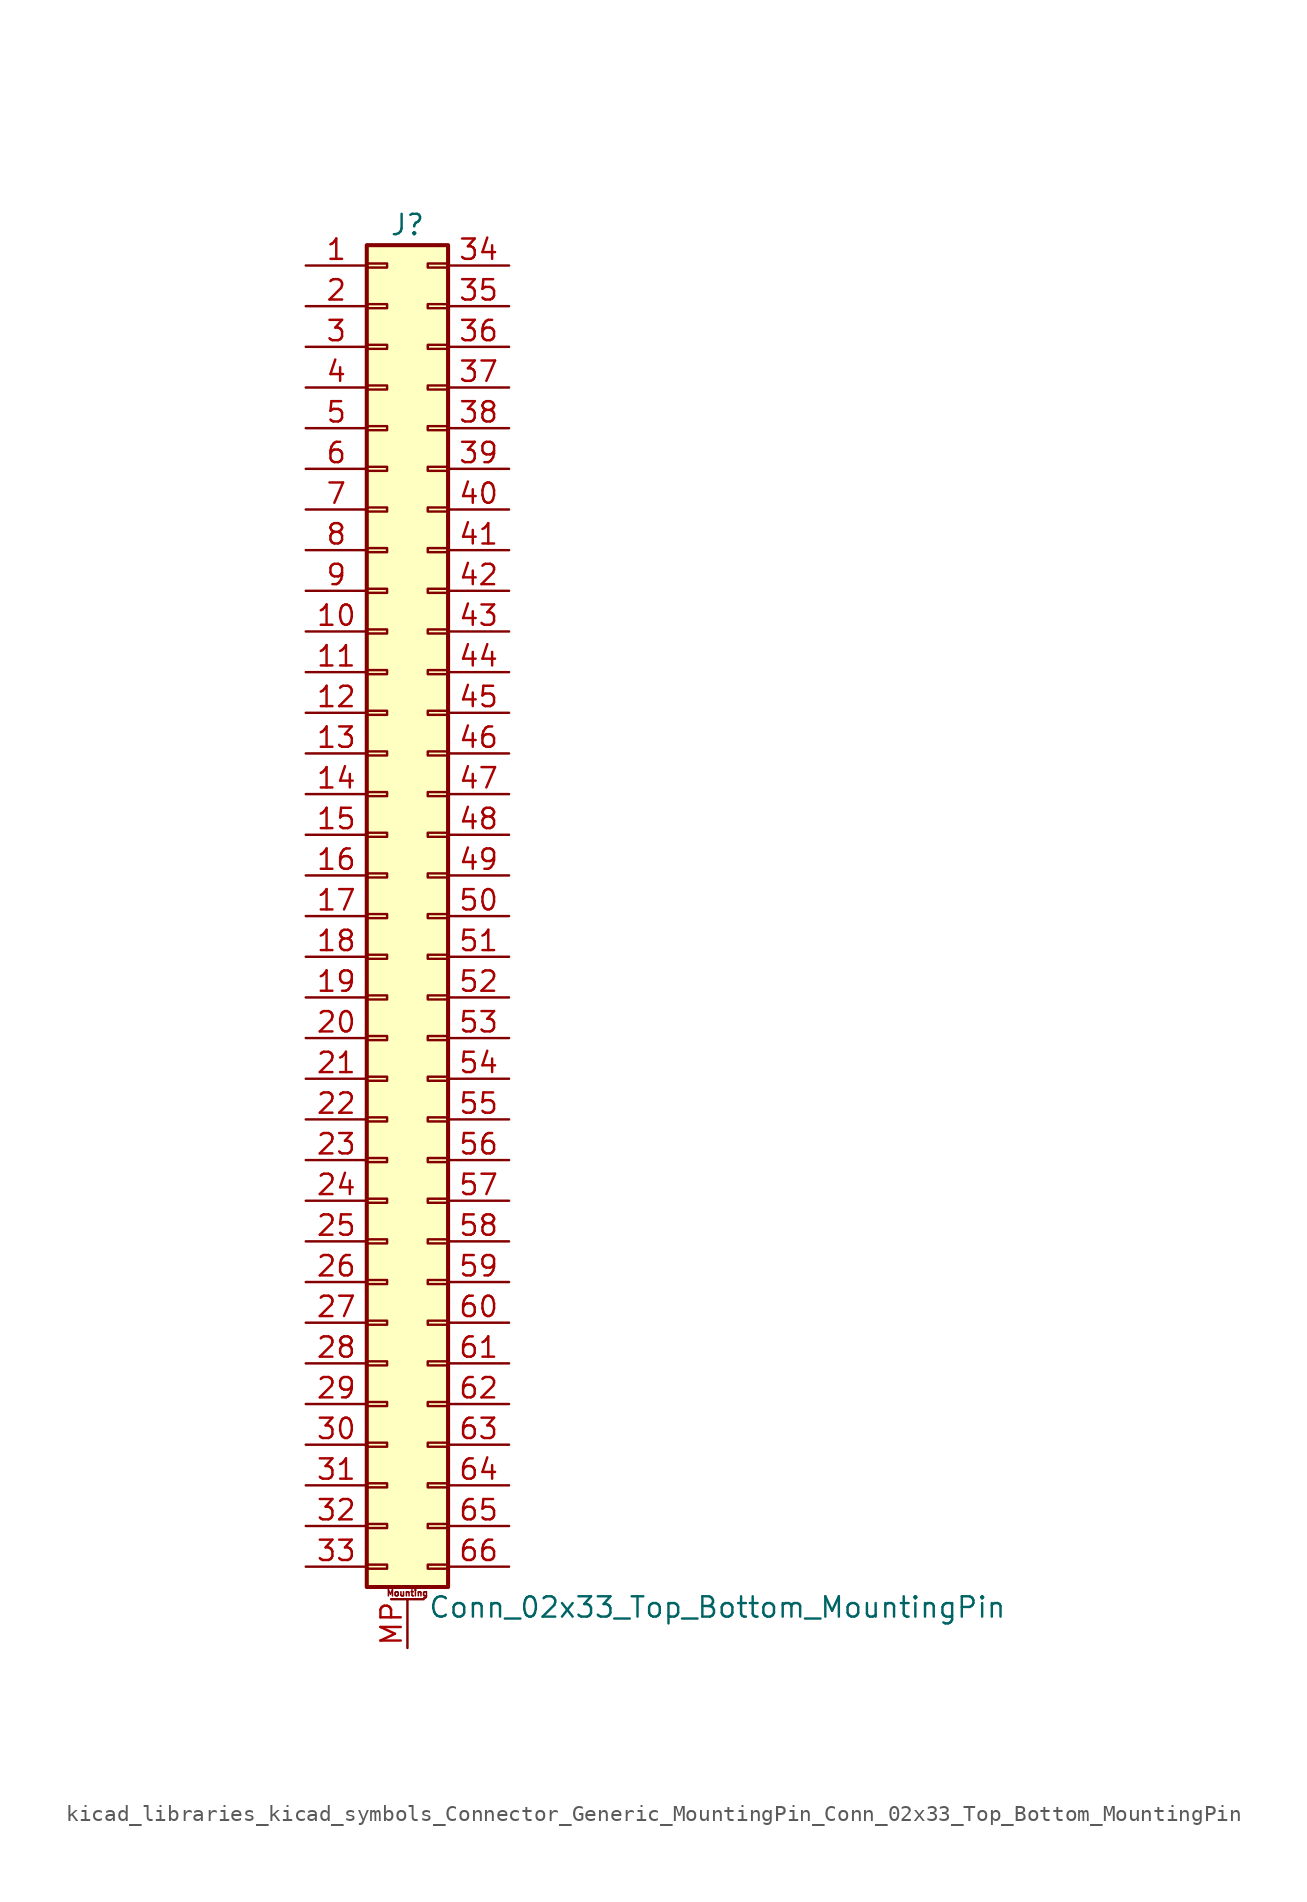
<source format=kicad_sym>
(kicad_symbol_lib
  (version 20220914)
  (generator kicad_symbol_editor)
  (symbol "kicad_libraries_kicad_symbols_Connector_Generic_MountingPin_Conn_02x33_Top_Bottom_MountingPin"
    (pin_names
      (offset 1.016) hide)
    (property "Reference" "J"
      (at 1.27 43.18 0)
      (effects (font (size 1.27 1.27))))
    (property "Value" "Conn_02x33_Top_Bottom_MountingPin"
      (at 2.54 -43.18 0)
      (effects (font (size 1.27 1.27)) (justify left)))
    (symbol "kicad_libraries_kicad_symbols_Connector_Generic_MountingPin_Conn_02x33_Top_Bottom_MountingPin_1_1"
      (rectangle (start -1.27 -40.513) (end 0 -40.767) (stroke (width 0.152) (type default)) (fill (type none)))
      (rectangle (start -1.27 -37.973) (end 0 -38.227) (stroke (width 0.152) (type default)) (fill (type none)))
      (rectangle (start -1.27 -35.433) (end 0 -35.687) (stroke (width 0.152) (type default)) (fill (type none)))
      (rectangle (start -1.27 -32.893) (end 0 -33.147) (stroke (width 0.152) (type default)) (fill (type none)))
      (rectangle (start -1.27 -30.353) (end 0 -30.607) (stroke (width 0.152) (type default)) (fill (type none)))
      (rectangle (start -1.27 -27.813) (end 0 -28.067) (stroke (width 0.152) (type default)) (fill (type none)))
      (rectangle (start -1.27 -25.273) (end 0 -25.527) (stroke (width 0.152) (type default)) (fill (type none)))
      (rectangle (start -1.27 -22.733) (end 0 -22.987) (stroke (width 0.152) (type default)) (fill (type none)))
      (rectangle (start -1.27 -20.193) (end 0 -20.447) (stroke (width 0.152) (type default)) (fill (type none)))
      (rectangle (start -1.27 -17.653) (end 0 -17.907) (stroke (width 0.152) (type default)) (fill (type none)))
      (rectangle (start -1.27 -15.113) (end 0 -15.367) (stroke (width 0.152) (type default)) (fill (type none)))
      (rectangle (start -1.27 -12.573) (end 0 -12.827) (stroke (width 0.152) (type default)) (fill (type none)))
      (rectangle (start -1.27 -10.033) (end 0 -10.287) (stroke (width 0.152) (type default)) (fill (type none)))
      (rectangle (start -1.27 -7.493) (end 0 -7.747) (stroke (width 0.152) (type default)) (fill (type none)))
      (rectangle (start -1.27 -4.953) (end 0 -5.207) (stroke (width 0.152) (type default)) (fill (type none)))
      (rectangle (start -1.27 -2.413) (end 0 -2.667) (stroke (width 0.152) (type default)) (fill (type none)))
      (rectangle (start -1.27 0.127) (end 0 -0.127) (stroke (width 0.152) (type default)) (fill (type none)))
      (rectangle (start -1.27 2.667) (end 0 2.413) (stroke (width 0.152) (type default)) (fill (type none)))
      (rectangle (start -1.27 5.207) (end 0 4.953) (stroke (width 0.152) (type default)) (fill (type none)))
      (rectangle (start -1.27 7.747) (end 0 7.493) (stroke (width 0.152) (type default)) (fill (type none)))
      (rectangle (start -1.27 10.287) (end 0 10.033) (stroke (width 0.152) (type default)) (fill (type none)))
      (rectangle (start -1.27 12.827) (end 0 12.573) (stroke (width 0.152) (type default)) (fill (type none)))
      (rectangle (start -1.27 15.367) (end 0 15.113) (stroke (width 0.152) (type default)) (fill (type none)))
      (rectangle (start -1.27 17.907) (end 0 17.653) (stroke (width 0.152) (type default)) (fill (type none)))
      (rectangle (start -1.27 20.447) (end 0 20.193) (stroke (width 0.152) (type default)) (fill (type none)))
      (rectangle (start -1.27 22.987) (end 0 22.733) (stroke (width 0.152) (type default)) (fill (type none)))
      (rectangle (start -1.27 25.527) (end 0 25.273) (stroke (width 0.152) (type default)) (fill (type none)))
      (rectangle (start -1.27 28.067) (end 0 27.813) (stroke (width 0.152) (type default)) (fill (type none)))
      (rectangle (start -1.27 30.607) (end 0 30.353) (stroke (width 0.152) (type default)) (fill (type none)))
      (rectangle (start -1.27 33.147) (end 0 32.893) (stroke (width 0.152) (type default)) (fill (type none)))
      (rectangle (start -1.27 35.687) (end 0 35.433) (stroke (width 0.152) (type default)) (fill (type none)))
      (rectangle (start -1.27 38.227) (end 0 37.973) (stroke (width 0.152) (type default)) (fill (type none)))
      (rectangle (start -1.27 40.767) (end 0 40.513) (stroke (width 0.152) (type default)) (fill (type none)))
      (rectangle (start -1.27 41.91) (end 3.81 -41.91) (stroke (width 0.254) (type default)) (fill (type background)))
      (polyline (pts (xy 0.254 -42.672) (xy 2.286 -42.672)) (stroke (width 0.152) (type default)) (fill (type none)))
      (rectangle (start 3.81 -40.513) (end 2.54 -40.767) (stroke (width 0.152) (type default)) (fill (type none)))
      (rectangle (start 3.81 -37.973) (end 2.54 -38.227) (stroke (width 0.152) (type default)) (fill (type none)))
      (rectangle (start 3.81 -35.433) (end 2.54 -35.687) (stroke (width 0.152) (type default)) (fill (type none)))
      (rectangle (start 3.81 -32.893) (end 2.54 -33.147) (stroke (width 0.152) (type default)) (fill (type none)))
      (rectangle (start 3.81 -30.353) (end 2.54 -30.607) (stroke (width 0.152) (type default)) (fill (type none)))
      (rectangle (start 3.81 -27.813) (end 2.54 -28.067) (stroke (width 0.152) (type default)) (fill (type none)))
      (rectangle (start 3.81 -25.273) (end 2.54 -25.527) (stroke (width 0.152) (type default)) (fill (type none)))
      (rectangle (start 3.81 -22.733) (end 2.54 -22.987) (stroke (width 0.152) (type default)) (fill (type none)))
      (rectangle (start 3.81 -20.193) (end 2.54 -20.447) (stroke (width 0.152) (type default)) (fill (type none)))
      (rectangle (start 3.81 -17.653) (end 2.54 -17.907) (stroke (width 0.152) (type default)) (fill (type none)))
      (rectangle (start 3.81 -15.113) (end 2.54 -15.367) (stroke (width 0.152) (type default)) (fill (type none)))
      (rectangle (start 3.81 -12.573) (end 2.54 -12.827) (stroke (width 0.152) (type default)) (fill (type none)))
      (rectangle (start 3.81 -10.033) (end 2.54 -10.287) (stroke (width 0.152) (type default)) (fill (type none)))
      (rectangle (start 3.81 -7.493) (end 2.54 -7.747) (stroke (width 0.152) (type default)) (fill (type none)))
      (rectangle (start 3.81 -4.953) (end 2.54 -5.207) (stroke (width 0.152) (type default)) (fill (type none)))
      (rectangle (start 3.81 -2.413) (end 2.54 -2.667) (stroke (width 0.152) (type default)) (fill (type none)))
      (rectangle (start 3.81 0.127) (end 2.54 -0.127) (stroke (width 0.152) (type default)) (fill (type none)))
      (rectangle (start 3.81 2.667) (end 2.54 2.413) (stroke (width 0.152) (type default)) (fill (type none)))
      (rectangle (start 3.81 5.207) (end 2.54 4.953) (stroke (width 0.152) (type default)) (fill (type none)))
      (rectangle (start 3.81 7.747) (end 2.54 7.493) (stroke (width 0.152) (type default)) (fill (type none)))
      (rectangle (start 3.81 10.287) (end 2.54 10.033) (stroke (width 0.152) (type default)) (fill (type none)))
      (rectangle (start 3.81 12.827) (end 2.54 12.573) (stroke (width 0.152) (type default)) (fill (type none)))
      (rectangle (start 3.81 15.367) (end 2.54 15.113) (stroke (width 0.152) (type default)) (fill (type none)))
      (rectangle (start 3.81 17.907) (end 2.54 17.653) (stroke (width 0.152) (type default)) (fill (type none)))
      (rectangle (start 3.81 20.447) (end 2.54 20.193) (stroke (width 0.152) (type default)) (fill (type none)))
      (rectangle (start 3.81 22.987) (end 2.54 22.733) (stroke (width 0.152) (type default)) (fill (type none)))
      (rectangle (start 3.81 25.527) (end 2.54 25.273) (stroke (width 0.152) (type default)) (fill (type none)))
      (rectangle (start 3.81 28.067) (end 2.54 27.813) (stroke (width 0.152) (type default)) (fill (type none)))
      (rectangle (start 3.81 30.607) (end 2.54 30.353) (stroke (width 0.152) (type default)) (fill (type none)))
      (rectangle (start 3.81 33.147) (end 2.54 32.893) (stroke (width 0.152) (type default)) (fill (type none)))
      (rectangle (start 3.81 35.687) (end 2.54 35.433) (stroke (width 0.152) (type default)) (fill (type none)))
      (rectangle (start 3.81 38.227) (end 2.54 37.973) (stroke (width 0.152) (type default)) (fill (type none)))
      (rectangle (start 3.81 40.767) (end 2.54 40.513) (stroke (width 0.152) (type default)) (fill (type none)))
      (text "Mounting" (at 1.27 -42.291 0) (effects (font (size 0.381 0.381))))
      (pin passive line (at -5.08 40.64 0) (length 3.81) (name "Pin_1" (effects (font (size 1.27 1.27)))) (number "1" (effects (font (size 1.27 1.27)))))
      (pin passive line (at -5.08 17.78 0) (length 3.81) (name "Pin_10" (effects (font (size 1.27 1.27)))) (number "10" (effects (font (size 1.27 1.27)))))
      (pin passive line (at -5.08 15.24 0) (length 3.81) (name "Pin_11" (effects (font (size 1.27 1.27)))) (number "11" (effects (font (size 1.27 1.27)))))
      (pin passive line (at -5.08 12.7 0) (length 3.81) (name "Pin_12" (effects (font (size 1.27 1.27)))) (number "12" (effects (font (size 1.27 1.27)))))
      (pin passive line (at -5.08 10.16 0) (length 3.81) (name "Pin_13" (effects (font (size 1.27 1.27)))) (number "13" (effects (font (size 1.27 1.27)))))
      (pin passive line (at -5.08 7.62 0) (length 3.81) (name "Pin_14" (effects (font (size 1.27 1.27)))) (number "14" (effects (font (size 1.27 1.27)))))
      (pin passive line (at -5.08 5.08 0) (length 3.81) (name "Pin_15" (effects (font (size 1.27 1.27)))) (number "15" (effects (font (size 1.27 1.27)))))
      (pin passive line (at -5.08 2.54 0) (length 3.81) (name "Pin_16" (effects (font (size 1.27 1.27)))) (number "16" (effects (font (size 1.27 1.27)))))
      (pin passive line (at -5.08 0 0) (length 3.81) (name "Pin_17" (effects (font (size 1.27 1.27)))) (number "17" (effects (font (size 1.27 1.27)))))
      (pin passive line (at -5.08 -2.54 0) (length 3.81) (name "Pin_18" (effects (font (size 1.27 1.27)))) (number "18" (effects (font (size 1.27 1.27)))))
      (pin passive line (at -5.08 -5.08 0) (length 3.81) (name "Pin_19" (effects (font (size 1.27 1.27)))) (number "19" (effects (font (size 1.27 1.27)))))
      (pin passive line (at -5.08 38.1 0) (length 3.81) (name "Pin_2" (effects (font (size 1.27 1.27)))) (number "2" (effects (font (size 1.27 1.27)))))
      (pin passive line (at -5.08 -7.62 0) (length 3.81) (name "Pin_20" (effects (font (size 1.27 1.27)))) (number "20" (effects (font (size 1.27 1.27)))))
      (pin passive line (at -5.08 -10.16 0) (length 3.81) (name "Pin_21" (effects (font (size 1.27 1.27)))) (number "21" (effects (font (size 1.27 1.27)))))
      (pin passive line (at -5.08 -12.7 0) (length 3.81) (name "Pin_22" (effects (font (size 1.27 1.27)))) (number "22" (effects (font (size 1.27 1.27)))))
      (pin passive line (at -5.08 -15.24 0) (length 3.81) (name "Pin_23" (effects (font (size 1.27 1.27)))) (number "23" (effects (font (size 1.27 1.27)))))
      (pin passive line (at -5.08 -17.78 0) (length 3.81) (name "Pin_24" (effects (font (size 1.27 1.27)))) (number "24" (effects (font (size 1.27 1.27)))))
      (pin passive line (at -5.08 -20.32 0) (length 3.81) (name "Pin_25" (effects (font (size 1.27 1.27)))) (number "25" (effects (font (size 1.27 1.27)))))
      (pin passive line (at -5.08 -22.86 0) (length 3.81) (name "Pin_26" (effects (font (size 1.27 1.27)))) (number "26" (effects (font (size 1.27 1.27)))))
      (pin passive line (at -5.08 -25.4 0) (length 3.81) (name "Pin_27" (effects (font (size 1.27 1.27)))) (number "27" (effects (font (size 1.27 1.27)))))
      (pin passive line (at -5.08 -27.94 0) (length 3.81) (name "Pin_28" (effects (font (size 1.27 1.27)))) (number "28" (effects (font (size 1.27 1.27)))))
      (pin passive line (at -5.08 -30.48 0) (length 3.81) (name "Pin_29" (effects (font (size 1.27 1.27)))) (number "29" (effects (font (size 1.27 1.27)))))
      (pin passive line (at -5.08 35.56 0) (length 3.81) (name "Pin_3" (effects (font (size 1.27 1.27)))) (number "3" (effects (font (size 1.27 1.27)))))
      (pin passive line (at -5.08 -33.02 0) (length 3.81) (name "Pin_30" (effects (font (size 1.27 1.27)))) (number "30" (effects (font (size 1.27 1.27)))))
      (pin passive line (at -5.08 -35.56 0) (length 3.81) (name "Pin_31" (effects (font (size 1.27 1.27)))) (number "31" (effects (font (size 1.27 1.27)))))
      (pin passive line (at -5.08 -38.1 0) (length 3.81) (name "Pin_32" (effects (font (size 1.27 1.27)))) (number "32" (effects (font (size 1.27 1.27)))))
      (pin passive line (at -5.08 -40.64 0) (length 3.81) (name "Pin_33" (effects (font (size 1.27 1.27)))) (number "33" (effects (font (size 1.27 1.27)))))
      (pin passive line (at 7.62 40.64 180) (length 3.81) (name "Pin_34" (effects (font (size 1.27 1.27)))) (number "34" (effects (font (size 1.27 1.27)))))
      (pin passive line (at 7.62 38.1 180) (length 3.81) (name "Pin_35" (effects (font (size 1.27 1.27)))) (number "35" (effects (font (size 1.27 1.27)))))
      (pin passive line (at 7.62 35.56 180) (length 3.81) (name "Pin_36" (effects (font (size 1.27 1.27)))) (number "36" (effects (font (size 1.27 1.27)))))
      (pin passive line (at 7.62 33.02 180) (length 3.81) (name "Pin_37" (effects (font (size 1.27 1.27)))) (number "37" (effects (font (size 1.27 1.27)))))
      (pin passive line (at 7.62 30.48 180) (length 3.81) (name "Pin_38" (effects (font (size 1.27 1.27)))) (number "38" (effects (font (size 1.27 1.27)))))
      (pin passive line (at 7.62 27.94 180) (length 3.81) (name "Pin_39" (effects (font (size 1.27 1.27)))) (number "39" (effects (font (size 1.27 1.27)))))
      (pin passive line (at -5.08 33.02 0) (length 3.81) (name "Pin_4" (effects (font (size 1.27 1.27)))) (number "4" (effects (font (size 1.27 1.27)))))
      (pin passive line (at 7.62 25.4 180) (length 3.81) (name "Pin_40" (effects (font (size 1.27 1.27)))) (number "40" (effects (font (size 1.27 1.27)))))
      (pin passive line (at 7.62 22.86 180) (length 3.81) (name "Pin_41" (effects (font (size 1.27 1.27)))) (number "41" (effects (font (size 1.27 1.27)))))
      (pin passive line (at 7.62 20.32 180) (length 3.81) (name "Pin_42" (effects (font (size 1.27 1.27)))) (number "42" (effects (font (size 1.27 1.27)))))
      (pin passive line (at 7.62 17.78 180) (length 3.81) (name "Pin_43" (effects (font (size 1.27 1.27)))) (number "43" (effects (font (size 1.27 1.27)))))
      (pin passive line (at 7.62 15.24 180) (length 3.81) (name "Pin_44" (effects (font (size 1.27 1.27)))) (number "44" (effects (font (size 1.27 1.27)))))
      (pin passive line (at 7.62 12.7 180) (length 3.81) (name "Pin_45" (effects (font (size 1.27 1.27)))) (number "45" (effects (font (size 1.27 1.27)))))
      (pin passive line (at 7.62 10.16 180) (length 3.81) (name "Pin_46" (effects (font (size 1.27 1.27)))) (number "46" (effects (font (size 1.27 1.27)))))
      (pin passive line (at 7.62 7.62 180) (length 3.81) (name "Pin_47" (effects (font (size 1.27 1.27)))) (number "47" (effects (font (size 1.27 1.27)))))
      (pin passive line (at 7.62 5.08 180) (length 3.81) (name "Pin_48" (effects (font (size 1.27 1.27)))) (number "48" (effects (font (size 1.27 1.27)))))
      (pin passive line (at 7.62 2.54 180) (length 3.81) (name "Pin_49" (effects (font (size 1.27 1.27)))) (number "49" (effects (font (size 1.27 1.27)))))
      (pin passive line (at -5.08 30.48 0) (length 3.81) (name "Pin_5" (effects (font (size 1.27 1.27)))) (number "5" (effects (font (size 1.27 1.27)))))
      (pin passive line (at 7.62 0 180) (length 3.81) (name "Pin_50" (effects (font (size 1.27 1.27)))) (number "50" (effects (font (size 1.27 1.27)))))
      (pin passive line (at 7.62 -2.54 180) (length 3.81) (name "Pin_51" (effects (font (size 1.27 1.27)))) (number "51" (effects (font (size 1.27 1.27)))))
      (pin passive line (at 7.62 -5.08 180) (length 3.81) (name "Pin_52" (effects (font (size 1.27 1.27)))) (number "52" (effects (font (size 1.27 1.27)))))
      (pin passive line (at 7.62 -7.62 180) (length 3.81) (name "Pin_53" (effects (font (size 1.27 1.27)))) (number "53" (effects (font (size 1.27 1.27)))))
      (pin passive line (at 7.62 -10.16 180) (length 3.81) (name "Pin_54" (effects (font (size 1.27 1.27)))) (number "54" (effects (font (size 1.27 1.27)))))
      (pin passive line (at 7.62 -12.7 180) (length 3.81) (name "Pin_55" (effects (font (size 1.27 1.27)))) (number "55" (effects (font (size 1.27 1.27)))))
      (pin passive line (at 7.62 -15.24 180) (length 3.81) (name "Pin_56" (effects (font (size 1.27 1.27)))) (number "56" (effects (font (size 1.27 1.27)))))
      (pin passive line (at 7.62 -17.78 180) (length 3.81) (name "Pin_57" (effects (font (size 1.27 1.27)))) (number "57" (effects (font (size 1.27 1.27)))))
      (pin passive line (at 7.62 -20.32 180) (length 3.81) (name "Pin_58" (effects (font (size 1.27 1.27)))) (number "58" (effects (font (size 1.27 1.27)))))
      (pin passive line (at 7.62 -22.86 180) (length 3.81) (name "Pin_59" (effects (font (size 1.27 1.27)))) (number "59" (effects (font (size 1.27 1.27)))))
      (pin passive line (at -5.08 27.94 0) (length 3.81) (name "Pin_6" (effects (font (size 1.27 1.27)))) (number "6" (effects (font (size 1.27 1.27)))))
      (pin passive line (at 7.62 -25.4 180) (length 3.81) (name "Pin_60" (effects (font (size 1.27 1.27)))) (number "60" (effects (font (size 1.27 1.27)))))
      (pin passive line (at 7.62 -27.94 180) (length 3.81) (name "Pin_61" (effects (font (size 1.27 1.27)))) (number "61" (effects (font (size 1.27 1.27)))))
      (pin passive line (at 7.62 -30.48 180) (length 3.81) (name "Pin_62" (effects (font (size 1.27 1.27)))) (number "62" (effects (font (size 1.27 1.27)))))
      (pin passive line (at 7.62 -33.02 180) (length 3.81) (name "Pin_63" (effects (font (size 1.27 1.27)))) (number "63" (effects (font (size 1.27 1.27)))))
      (pin passive line (at 7.62 -35.56 180) (length 3.81) (name "Pin_64" (effects (font (size 1.27 1.27)))) (number "64" (effects (font (size 1.27 1.27)))))
      (pin passive line (at 7.62 -38.1 180) (length 3.81) (name "Pin_65" (effects (font (size 1.27 1.27)))) (number "65" (effects (font (size 1.27 1.27)))))
      (pin passive line (at 7.62 -40.64 180) (length 3.81) (name "Pin_66" (effects (font (size 1.27 1.27)))) (number "66" (effects (font (size 1.27 1.27)))))
      (pin passive line (at -5.08 25.4 0) (length 3.81) (name "Pin_7" (effects (font (size 1.27 1.27)))) (number "7" (effects (font (size 1.27 1.27)))))
      (pin passive line (at -5.08 22.86 0) (length 3.81) (name "Pin_8" (effects (font (size 1.27 1.27)))) (number "8" (effects (font (size 1.27 1.27)))))
      (pin passive line (at -5.08 20.32 0) (length 3.81) (name "Pin_9" (effects (font (size 1.27 1.27)))) (number "9" (effects (font (size 1.27 1.27)))))
      (pin passive line (at 1.27 -45.72 90) (length 3.048) (name "MountPin" (effects (font (size 1.27 1.27)))) (number "MP" (effects (font (size 1.27 1.27))))))))
</source>
